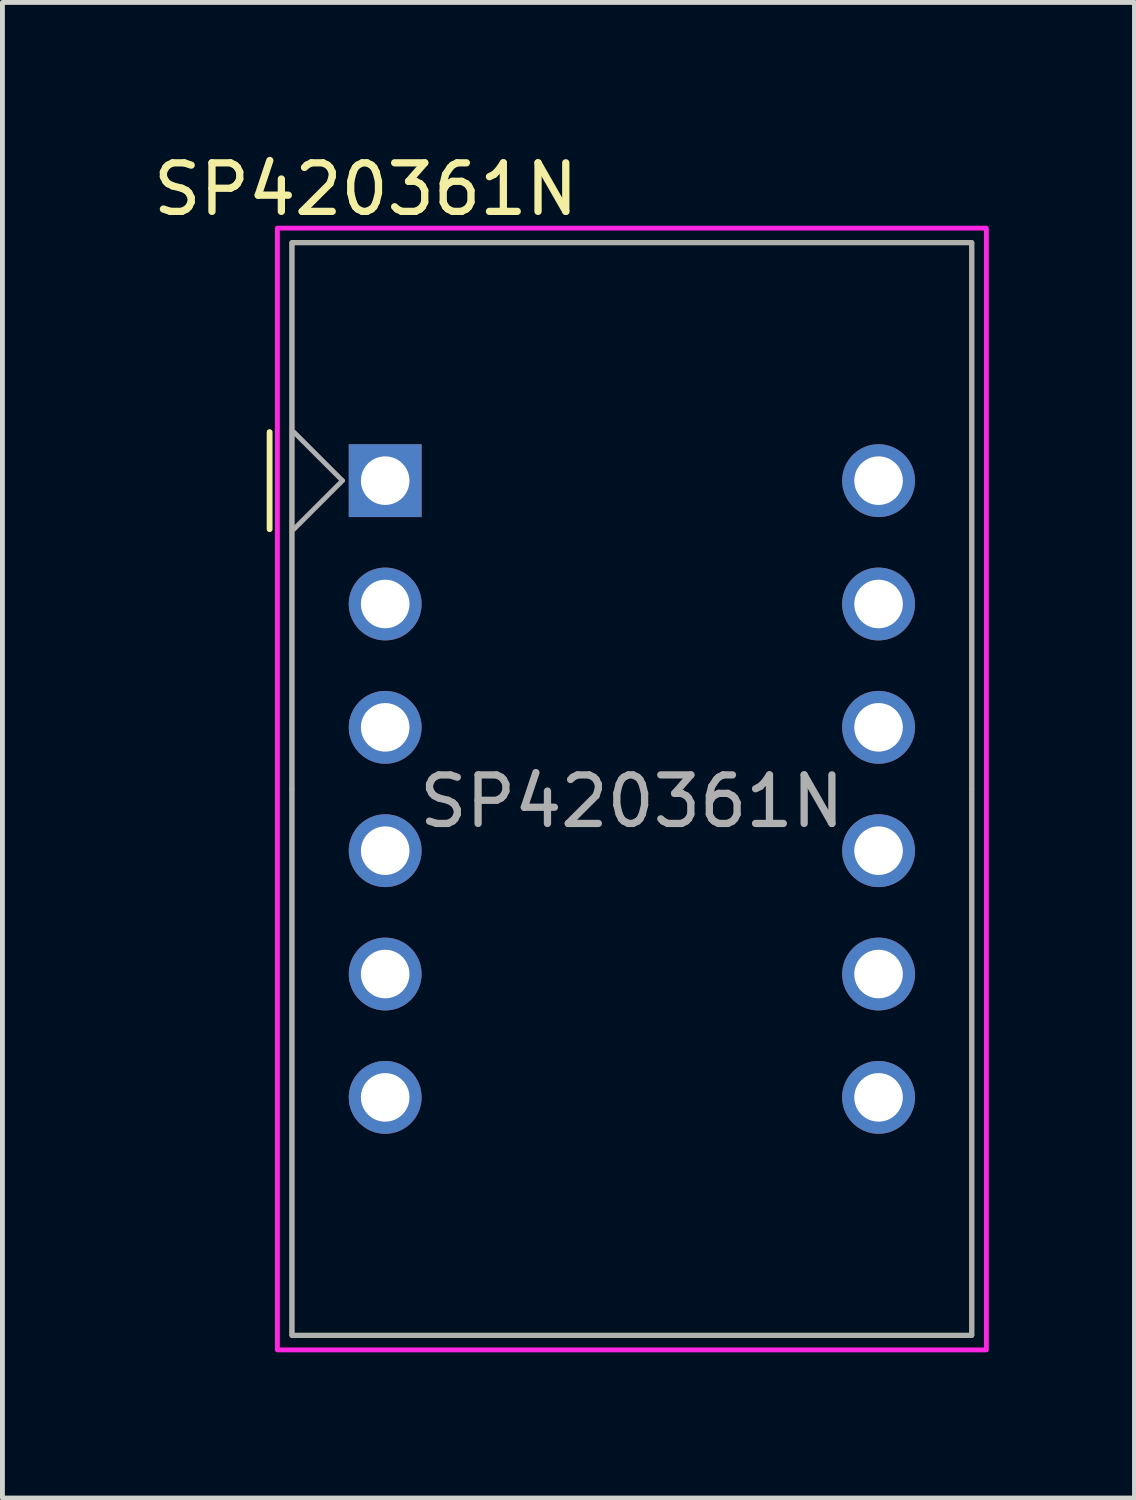
<source format=kicad_pcb>
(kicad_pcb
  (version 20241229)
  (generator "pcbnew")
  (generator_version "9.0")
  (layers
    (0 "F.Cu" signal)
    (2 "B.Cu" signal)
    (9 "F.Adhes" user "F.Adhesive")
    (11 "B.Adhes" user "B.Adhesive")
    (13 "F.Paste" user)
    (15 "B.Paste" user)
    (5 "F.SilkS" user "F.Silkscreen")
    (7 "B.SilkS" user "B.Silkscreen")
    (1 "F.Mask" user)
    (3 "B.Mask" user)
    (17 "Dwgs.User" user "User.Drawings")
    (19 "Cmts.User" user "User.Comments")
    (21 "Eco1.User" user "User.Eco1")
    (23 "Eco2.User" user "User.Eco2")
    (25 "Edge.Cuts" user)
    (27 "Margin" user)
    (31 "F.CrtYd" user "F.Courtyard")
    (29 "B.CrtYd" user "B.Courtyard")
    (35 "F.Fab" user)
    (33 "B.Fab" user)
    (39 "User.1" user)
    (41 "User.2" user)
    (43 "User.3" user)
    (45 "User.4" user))
  (footprint "SP420361N"
    (layer "F.Cu")
    (at 4.882 6.848)
    (property "Reference" "SP420361N" (at -0.4 -6 0) (layer "F.SilkS") (effects (font (size 1 1) (thickness 0.15))))
    (attr through_hole)
    (fp_line (start -2.38 -1) (end -2.38 1) (stroke (width 0.12) (type solid)) (layer "F.SilkS"))
    (fp_rect (start -1.92 -4.9) (end 12.08 17.6) (stroke (width 0.1) (type default)) (fill no) (layer "F.SilkS"))
    (fp_rect (start -2.22 -5.2) (end 12.38 17.9) (stroke (width 0.1) (type solid)) (fill no) (layer "F.CrtYd"))
    (fp_line (start -1.92 6.35) (end -1.92 -4.9) (stroke (width 0.1) (type solid)) (layer "F.Fab"))
    (fp_line (start -1.92 6.35) (end -1.92 17.6) (stroke (width 0.1) (type solid)) (layer "F.Fab"))
    (fp_line (start -1.88 1) (end -0.88 0) (stroke (width 0.1) (type solid)) (layer "F.Fab"))
    (fp_line (start -0.88 0) (end -1.88 -1) (stroke (width 0.1) (type solid)) (layer "F.Fab"))
    (fp_line (start 12.08 -4.9) (end -1.92 -4.9) (stroke (width 0.1) (type solid)) (layer "F.Fab"))
    (fp_line (start 12.08 6.35) (end 12.08 -4.9) (stroke (width 0.1) (type solid)) (layer "F.Fab"))
    (fp_line (start 12.08 6.35) (end 12.08 17.6) (stroke (width 0.1) (type solid)) (layer "F.Fab"))
    (fp_line (start 12.08 17.6) (end -1.92 17.6) (stroke (width 0.1) (type solid)) (layer "F.Fab"))
    (fp_text user "${REFERENCE}" (at 5.08 6.604 0) (layer "F.Fab") (effects (font (size 1 1) (thickness 0.15))))
    (pad "1" thru_hole rect (at 0 0) (size 1.5 1.5) (drill 1) (layers "*.Cu" "*.Mask"))
    (pad "2" thru_hole circle (at 0 2.54) (size 1.5 1.5) (drill 1) (layers "*.Cu" "*.Mask"))
    (pad "3" thru_hole circle (at 0 5.08) (size 1.5 1.5) (drill 1) (layers "*.Cu" "*.Mask"))
    (pad "4" thru_hole circle (at 0 7.62) (size 1.5 1.5) (drill 1) (layers "*.Cu" "*.Mask"))
    (pad "5" thru_hole circle (at 0 10.16) (size 1.5 1.5) (drill 1) (layers "*.Cu" "*.Mask"))
    (pad "6" thru_hole circle (at 0 12.7) (size 1.5 1.5) (drill 1) (layers "*.Cu" "*.Mask"))
    (pad "7" thru_hole circle (at 10.16 12.7) (size 1.5 1.5) (drill 1) (layers "*.Cu" "*.Mask"))
    (pad "8" thru_hole circle (at 10.16 10.16) (size 1.5 1.5) (drill 1) (layers "*.Cu" "*.Mask"))
    (pad "9" thru_hole circle (at 10.16 7.62) (size 1.5 1.5) (drill 1) (layers "*.Cu" "*.Mask"))
    (pad "10" thru_hole circle (at 10.16 5.08) (size 1.5 1.5) (drill 1) (layers "*.Cu" "*.Mask"))
    (pad "11" thru_hole circle (at 10.16 2.54) (size 1.5 1.5) (drill 1) (layers "*.Cu" "*.Mask"))
    (pad "12" thru_hole circle (at 10.16 0) (size 1.5 1.5) (drill 1) (layers "*.Cu" "*.Mask")))
  (gr_rect
    (start -3 -3)
    (end 20.312 27.798)
    (stroke (width 0.1) (type default))
    (fill no)
    (layer "Edge.Cuts")))
</source>
